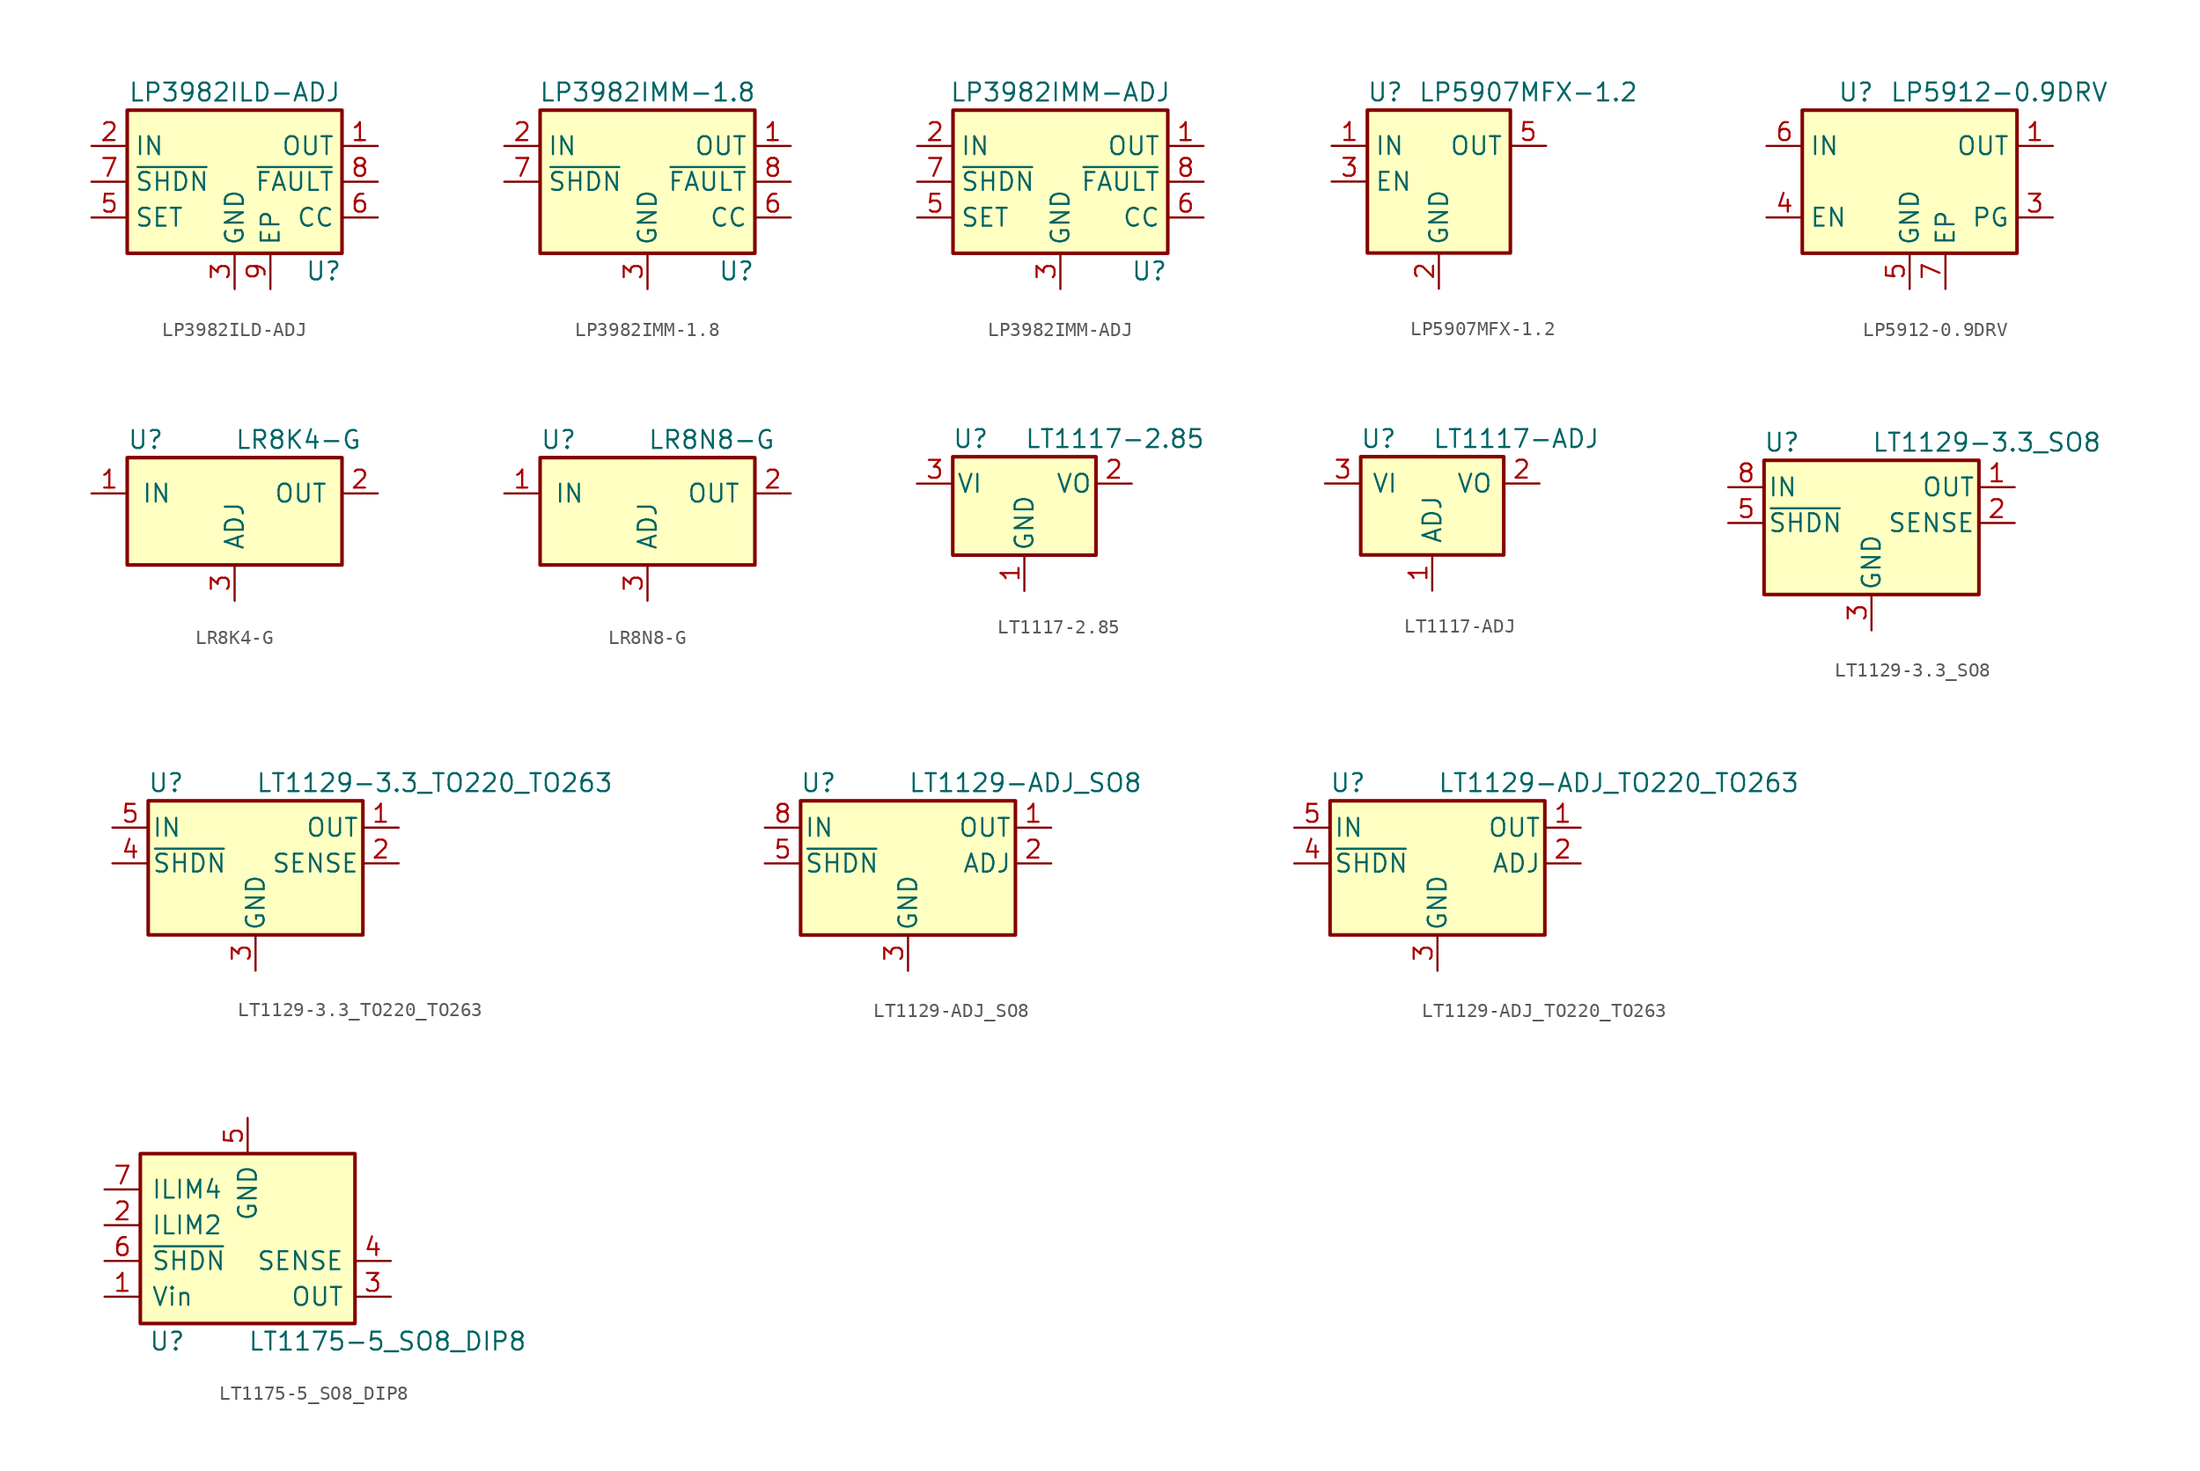
<source format=kicad_sym>
(kicad_symbol_lib
  (version 20220914)
  (generator kicad_symbol_editor)
  (symbol "LP3982ILD-ADJ"
    (property "Reference" "U"
      (at 7.62 -6.35 0)
      (effects (font (size 1.27 1.27)) (justify right)))
    (property "Value" "LP3982ILD-ADJ"
      (at 0 6.35 0)
      (effects (font (size 1.27 1.27))))
    (symbol "LP3982ILD-ADJ_0_1"
      (rectangle (start -7.62 5.08) (end 7.62 -5.08) (stroke (width 0.254) (type solid)) (fill (type background))))
    (symbol "LP3982ILD-ADJ_1_1"
      (pin power_out line (at 10.16 2.54 180) (length 2.54) (name "OUT" (effects (font (size 1.27 1.27)))) (number "1" (effects (font (size 1.27 1.27)))))
      (pin power_in line (at -10.16 2.54 0) (length 2.54) (name "IN" (effects (font (size 1.27 1.27)))) (number "2" (effects (font (size 1.27 1.27)))))
      (pin power_in line (at 0 -7.62 90) (length 2.54) (name "GND" (effects (font (size 1.27 1.27)))) (number "3" (effects (font (size 1.27 1.27)))))
      (pin passive line (at 10.16 2.54 180) (length 2.54) hide (name "OUT" (effects (font (size 1.27 1.27)))) (number "4" (effects (font (size 1.27 1.27)))))
      (pin passive line (at -10.16 -2.54 0) (length 2.54) (name "SET" (effects (font (size 1.27 1.27)))) (number "5" (effects (font (size 1.27 1.27)))))
      (pin passive line (at 10.16 -2.54 180) (length 2.54) (name "CC" (effects (font (size 1.27 1.27)))) (number "6" (effects (font (size 1.27 1.27)))))
      (pin input line (at -10.16 0 0) (length 2.54) (name "~{SHDN}" (effects (font (size 1.27 1.27)))) (number "7" (effects (font (size 1.27 1.27)))))
      (pin open_collector line (at 10.16 0 180) (length 2.54) (name "~{FAULT}" (effects (font (size 1.27 1.27)))) (number "8" (effects (font (size 1.27 1.27)))))
      (pin passive line (at 2.54 -7.62 90) (length 2.54) (name "EP" (effects (font (size 1.27 1.27)))) (number "9" (effects (font (size 1.27 1.27)))))))
  (symbol "LP3982IMM-1.8"
    (property "Reference" "U"
      (at 7.62 -6.35 0)
      (effects (font (size 1.27 1.27)) (justify right)))
    (property "Value" "LP3982IMM-1.8"
      (at 0 6.35 0)
      (effects (font (size 1.27 1.27))))
    (symbol "LP3982IMM-1.8_0_1"
      (rectangle (start -7.62 5.08) (end 7.62 -5.08) (stroke (width 0.254) (type solid)) (fill (type background))))
    (symbol "LP3982IMM-1.8_1_1"
      (pin power_out line (at 10.16 2.54 180) (length 2.54) (name "OUT" (effects (font (size 1.27 1.27)))) (number "1" (effects (font (size 1.27 1.27)))))
      (pin power_in line (at -10.16 2.54 0) (length 2.54) (name "IN" (effects (font (size 1.27 1.27)))) (number "2" (effects (font (size 1.27 1.27)))))
      (pin power_in line (at 0 -7.62 90) (length 2.54) (name "GND" (effects (font (size 1.27 1.27)))) (number "3" (effects (font (size 1.27 1.27)))))
      (pin passive line (at 10.16 2.54 180) (length 2.54) hide (name "OUT" (effects (font (size 1.27 1.27)))) (number "4" (effects (font (size 1.27 1.27)))))
      (pin no_connect line (at -7.62 -2.54 0) (length 2.54) hide (name "NC" (effects (font (size 1.27 1.27)))) (number "5" (effects (font (size 1.27 1.27)))))
      (pin passive line (at 10.16 -2.54 180) (length 2.54) (name "CC" (effects (font (size 1.27 1.27)))) (number "6" (effects (font (size 1.27 1.27)))))
      (pin input line (at -10.16 0 0) (length 2.54) (name "~{SHDN}" (effects (font (size 1.27 1.27)))) (number "7" (effects (font (size 1.27 1.27)))))
      (pin open_collector line (at 10.16 0 180) (length 2.54) (name "~{FAULT}" (effects (font (size 1.27 1.27)))) (number "8" (effects (font (size 1.27 1.27)))))))
  (symbol "LP3982IMM-ADJ"
    (property "Reference" "U"
      (at 7.62 -6.35 0)
      (effects (font (size 1.27 1.27)) (justify right)))
    (property "Value" "LP3982IMM-ADJ"
      (at 0 6.35 0)
      (effects (font (size 1.27 1.27))))
    (symbol "LP3982IMM-ADJ_0_1"
      (rectangle (start -7.62 5.08) (end 7.62 -5.08) (stroke (width 0.254) (type solid)) (fill (type background))))
    (symbol "LP3982IMM-ADJ_1_1"
      (pin power_out line (at 10.16 2.54 180) (length 2.54) (name "OUT" (effects (font (size 1.27 1.27)))) (number "1" (effects (font (size 1.27 1.27)))))
      (pin power_in line (at -10.16 2.54 0) (length 2.54) (name "IN" (effects (font (size 1.27 1.27)))) (number "2" (effects (font (size 1.27 1.27)))))
      (pin power_in line (at 0 -7.62 90) (length 2.54) (name "GND" (effects (font (size 1.27 1.27)))) (number "3" (effects (font (size 1.27 1.27)))))
      (pin passive line (at 10.16 2.54 180) (length 2.54) hide (name "OUT" (effects (font (size 1.27 1.27)))) (number "4" (effects (font (size 1.27 1.27)))))
      (pin passive line (at -10.16 -2.54 0) (length 2.54) (name "SET" (effects (font (size 1.27 1.27)))) (number "5" (effects (font (size 1.27 1.27)))))
      (pin passive line (at 10.16 -2.54 180) (length 2.54) (name "CC" (effects (font (size 1.27 1.27)))) (number "6" (effects (font (size 1.27 1.27)))))
      (pin input line (at -10.16 0 0) (length 2.54) (name "~{SHDN}" (effects (font (size 1.27 1.27)))) (number "7" (effects (font (size 1.27 1.27)))))
      (pin open_collector line (at 10.16 0 180) (length 2.54) (name "~{FAULT}" (effects (font (size 1.27 1.27)))) (number "8" (effects (font (size 1.27 1.27)))))))
  (symbol "LP5907MFX-1.2"
    (property "Reference" "U"
      (at -3.81 6.35 0)
      (effects (font (size 1.27 1.27))))
    (property "Value" "LP5907MFX-1.2"
      (at 6.35 6.35 0)
      (effects (font (size 1.27 1.27))))
    (symbol "LP5907MFX-1.2_0_1"
      (rectangle (start -5.08 -5.08) (end 5.08 5.08) (stroke (width 0.254) (type solid)) (fill (type background)))
      (pin power_in line (at -7.62 2.54 0) (length 2.54) (name "IN" (effects (font (size 1.27 1.27)))) (number "1" (effects (font (size 1.27 1.27)))))
      (pin power_in line (at 0 -7.62 90) (length 2.54) (name "GND" (effects (font (size 1.27 1.27)))) (number "2" (effects (font (size 1.27 1.27)))))
      (pin input line (at -7.62 0 0) (length 2.54) (name "EN" (effects (font (size 1.27 1.27)))) (number "3" (effects (font (size 1.27 1.27)))))
      (pin no_connect line (at 5.08 0 180) (length 2.54) hide (name "NC" (effects (font (size 1.27 1.27)))) (number "4" (effects (font (size 1.27 1.27)))))
      (pin power_out line (at 7.62 2.54 180) (length 2.54) (name "OUT" (effects (font (size 1.27 1.27)))) (number "5" (effects (font (size 1.27 1.27)))))))
  (symbol "LP5912-0.9DRV"
    (property "Reference" "U"
      (at -3.81 6.35 0)
      (effects (font (size 1.27 1.27))))
    (property "Value" "LP5912-0.9DRV"
      (at 6.35 6.35 0)
      (effects (font (size 1.27 1.27))))
    (symbol "LP5912-0.9DRV_0_1"
      (rectangle (start -7.62 -5.08) (end 7.62 5.08) (stroke (width 0.254) (type solid)) (fill (type background)))
      (pin power_out line (at 10.16 2.54 180) (length 2.54) (name "OUT" (effects (font (size 1.27 1.27)))) (number "1" (effects (font (size 1.27 1.27)))))
      (pin no_connect line (at 7.62 0 180) (length 2.54) hide (name "NC" (effects (font (size 1.27 1.27)))) (number "2" (effects (font (size 1.27 1.27)))))
      (pin input line (at -10.16 -2.54 0) (length 2.54) (name "EN" (effects (font (size 1.27 1.27)))) (number "4" (effects (font (size 1.27 1.27)))))
      (pin power_in line (at 0 -7.62 90) (length 2.54) (name "GND" (effects (font (size 1.27 1.27)))) (number "5" (effects (font (size 1.27 1.27)))))
      (pin power_in line (at -10.16 2.54 0) (length 2.54) (name "IN" (effects (font (size 1.27 1.27)))) (number "6" (effects (font (size 1.27 1.27))))))
    (symbol "LP5912-0.9DRV_1_1"
      (pin open_collector line (at 10.16 -2.54 180) (length 2.54) (name "PG" (effects (font (size 1.27 1.27)))) (number "3" (effects (font (size 1.27 1.27)))))
      (pin passive line (at 2.54 -7.62 90) (length 2.54) (name "EP" (effects (font (size 1.27 1.27)))) (number "7" (effects (font (size 1.27 1.27)))))))
  (symbol "LR8K4-G"
    (pin_names
      (offset 1.016))
    (property "Reference" "U"
      (at -7.62 3.81 0)
      (effects (font (size 1.27 1.27)) (justify left)))
    (property "Value" "LR8K4-G"
      (at 0 3.81 0)
      (effects (font (size 1.27 1.27)) (justify left)))
    (symbol "LR8K4-G_0_1"
      (rectangle (start -7.62 2.54) (end 7.62 -5.08) (stroke (width 0.254) (type solid)) (fill (type background))))
    (symbol "LR8K4-G_1_1"
      (pin input line (at -10.16 0 0) (length 2.54) (name "IN" (effects (font (size 1.27 1.27)))) (number "1" (effects (font (size 1.27 1.27)))))
      (pin power_out line (at 10.16 0 180) (length 2.54) (name "OUT" (effects (font (size 1.27 1.27)))) (number "2" (effects (font (size 1.27 1.27)))))
      (pin input line (at 0 -7.62 90) (length 2.54) (name "ADJ" (effects (font (size 1.27 1.27)))) (number "3" (effects (font (size 1.27 1.27)))))))
  (symbol "LR8N8-G"
    (pin_names
      (offset 1.016))
    (property "Reference" "U"
      (at -7.62 3.81 0)
      (effects (font (size 1.27 1.27)) (justify left)))
    (property "Value" "LR8N8-G"
      (at 0 3.81 0)
      (effects (font (size 1.27 1.27)) (justify left)))
    (symbol "LR8N8-G_0_1"
      (rectangle (start -7.62 2.54) (end 7.62 -5.08) (stroke (width 0.254) (type solid)) (fill (type background))))
    (symbol "LR8N8-G_1_1"
      (pin input line (at -10.16 0 0) (length 2.54) (name "IN" (effects (font (size 1.27 1.27)))) (number "1" (effects (font (size 1.27 1.27)))))
      (pin power_out line (at 10.16 0 180) (length 2.54) (name "OUT" (effects (font (size 1.27 1.27)))) (number "2" (effects (font (size 1.27 1.27)))))
      (pin input line (at 0 -7.62 90) (length 2.54) (name "ADJ" (effects (font (size 1.27 1.27)))) (number "3" (effects (font (size 1.27 1.27)))))))
  (symbol "LT1117-2.85"
    (pin_names
      (offset 0.254))
    (property "Reference" "U"
      (at -3.81 3.175 0)
      (effects (font (size 1.27 1.27))))
    (property "Value" "LT1117-2.85"
      (at 0 3.175 0)
      (effects (font (size 1.27 1.27)) (justify left)))
    (symbol "LT1117-2.85_0_1"
      (rectangle (start -5.08 -5.08) (end 5.08 1.905) (stroke (width 0.254) (type solid)) (fill (type background))))
    (symbol "LT1117-2.85_1_1"
      (pin power_in line (at 0 -7.62 90) (length 2.54) (name "GND" (effects (font (size 1.27 1.27)))) (number "1" (effects (font (size 1.27 1.27)))))
      (pin power_out line (at 7.62 0 180) (length 2.54) (name "VO" (effects (font (size 1.27 1.27)))) (number "2" (effects (font (size 1.27 1.27)))))
      (pin power_in line (at -7.62 0 0) (length 2.54) (name "VI" (effects (font (size 1.27 1.27)))) (number "3" (effects (font (size 1.27 1.27)))))))
  (symbol "LT1117-ADJ"
    (pin_names
      (offset 0.762))
    (property "Reference" "U"
      (at -3.81 3.175 0)
      (effects (font (size 1.27 1.27))))
    (property "Value" "LT1117-ADJ"
      (at 0 3.175 0)
      (effects (font (size 1.27 1.27)) (justify left)))
    (symbol "LT1117-ADJ_0_1"
      (rectangle (start -5.08 -5.08) (end 5.08 1.905) (stroke (width 0.254) (type solid)) (fill (type background))))
    (symbol "LT1117-ADJ_1_1"
      (pin input line (at 0 -7.62 90) (length 2.54) (name "ADJ" (effects (font (size 1.27 1.27)))) (number "1" (effects (font (size 1.27 1.27)))))
      (pin power_out line (at 7.62 0 180) (length 2.54) (name "VO" (effects (font (size 1.27 1.27)))) (number "2" (effects (font (size 1.27 1.27)))))
      (pin power_in line (at -7.62 0 0) (length 2.54) (name "VI" (effects (font (size 1.27 1.27)))) (number "3" (effects (font (size 1.27 1.27)))))))
  (symbol "LT1129-3.3_SO8"
    (pin_names
      (offset 0.254))
    (property "Reference" "U"
      (at -6.35 5.715 0)
      (effects (font (size 1.27 1.27))))
    (property "Value" "LT1129-3.3_SO8"
      (at 0 5.715 0)
      (effects (font (size 1.27 1.27)) (justify left)))
    (symbol "LT1129-3.3_SO8_0_1"
      (rectangle (start -7.62 -5.08) (end 7.62 4.445) (stroke (width 0.254) (type solid)) (fill (type background))))
    (symbol "LT1129-3.3_SO8_1_1"
      (pin power_out line (at 10.16 2.54 180) (length 2.54) (name "OUT" (effects (font (size 1.27 1.27)))) (number "1" (effects (font (size 1.27 1.27)))))
      (pin input line (at 10.16 0 180) (length 2.54) (name "SENSE" (effects (font (size 1.27 1.27)))) (number "2" (effects (font (size 1.27 1.27)))))
      (pin power_in line (at 0 -7.62 90) (length 2.54) (name "GND" (effects (font (size 1.27 1.27)))) (number "3" (effects (font (size 1.27 1.27)))))
      (pin no_connect line (at 10.16 -2.54 180) (length 2.54) hide (name "NC" (effects (font (size 1.27 1.27)))) (number "4" (effects (font (size 1.27 1.27)))))
      (pin input line (at -10.16 0 0) (length 2.54) (name "~{SHDN}" (effects (font (size 1.27 1.27)))) (number "5" (effects (font (size 1.27 1.27)))))
      (pin passive line (at 0 -7.62 90) (length 2.54) hide (name "GND" (effects (font (size 1.27 1.27)))) (number "6" (effects (font (size 1.27 1.27)))))
      (pin passive line (at 0 -7.62 90) (length 2.54) hide (name "GND" (effects (font (size 1.27 1.27)))) (number "7" (effects (font (size 1.27 1.27)))))
      (pin power_in line (at -10.16 2.54 0) (length 2.54) (name "IN" (effects (font (size 1.27 1.27)))) (number "8" (effects (font (size 1.27 1.27)))))))
  (symbol "LT1129-3.3_TO220_TO263"
    (pin_names
      (offset 0.254))
    (property "Reference" "U"
      (at -6.35 5.715 0)
      (effects (font (size 1.27 1.27))))
    (property "Value" "LT1129-3.3_TO220_TO263"
      (at 0 5.715 0)
      (effects (font (size 1.27 1.27)) (justify left)))
    (symbol "LT1129-3.3_TO220_TO263_0_1"
      (rectangle (start -7.62 -5.08) (end 7.62 4.445) (stroke (width 0.254) (type solid)) (fill (type background))))
    (symbol "LT1129-3.3_TO220_TO263_1_1"
      (pin power_out line (at 10.16 2.54 180) (length 2.54) (name "OUT" (effects (font (size 1.27 1.27)))) (number "1" (effects (font (size 1.27 1.27)))))
      (pin input line (at 10.16 0 180) (length 2.54) (name "SENSE" (effects (font (size 1.27 1.27)))) (number "2" (effects (font (size 1.27 1.27)))))
      (pin power_in line (at 0 -7.62 90) (length 2.54) (name "GND" (effects (font (size 1.27 1.27)))) (number "3" (effects (font (size 1.27 1.27)))))
      (pin input line (at -10.16 0 0) (length 2.54) (name "~{SHDN}" (effects (font (size 1.27 1.27)))) (number "4" (effects (font (size 1.27 1.27)))))
      (pin power_in line (at -10.16 2.54 0) (length 2.54) (name "IN" (effects (font (size 1.27 1.27)))) (number "5" (effects (font (size 1.27 1.27)))))))
  (symbol "LT1129-ADJ_SO8"
    (pin_names
      (offset 0.254))
    (property "Reference" "U"
      (at -6.35 5.715 0)
      (effects (font (size 1.27 1.27))))
    (property "Value" "LT1129-ADJ_SO8"
      (at 0 5.715 0)
      (effects (font (size 1.27 1.27)) (justify left)))
    (symbol "LT1129-ADJ_SO8_0_1"
      (rectangle (start -7.62 -5.08) (end 7.62 4.445) (stroke (width 0.254) (type solid)) (fill (type background))))
    (symbol "LT1129-ADJ_SO8_1_1"
      (pin power_out line (at 10.16 2.54 180) (length 2.54) (name "OUT" (effects (font (size 1.27 1.27)))) (number "1" (effects (font (size 1.27 1.27)))))
      (pin input line (at 10.16 0 180) (length 2.54) (name "ADJ" (effects (font (size 1.27 1.27)))) (number "2" (effects (font (size 1.27 1.27)))))
      (pin power_in line (at 0 -7.62 90) (length 2.54) (name "GND" (effects (font (size 1.27 1.27)))) (number "3" (effects (font (size 1.27 1.27)))))
      (pin no_connect line (at 10.16 -2.54 180) (length 2.54) hide (name "NC" (effects (font (size 1.27 1.27)))) (number "4" (effects (font (size 1.27 1.27)))))
      (pin input line (at -10.16 0 0) (length 2.54) (name "~{SHDN}" (effects (font (size 1.27 1.27)))) (number "5" (effects (font (size 1.27 1.27)))))
      (pin passive line (at 0 -7.62 90) (length 2.54) hide (name "GND" (effects (font (size 1.27 1.27)))) (number "6" (effects (font (size 1.27 1.27)))))
      (pin passive line (at 0 -7.62 90) (length 2.54) hide (name "GND" (effects (font (size 1.27 1.27)))) (number "7" (effects (font (size 1.27 1.27)))))
      (pin power_in line (at -10.16 2.54 0) (length 2.54) (name "IN" (effects (font (size 1.27 1.27)))) (number "8" (effects (font (size 1.27 1.27)))))))
  (symbol "LT1129-ADJ_TO220_TO263"
    (pin_names
      (offset 0.254))
    (property "Reference" "U"
      (at -6.35 5.715 0)
      (effects (font (size 1.27 1.27))))
    (property "Value" "LT1129-ADJ_TO220_TO263"
      (at 0 5.715 0)
      (effects (font (size 1.27 1.27)) (justify left)))
    (symbol "LT1129-ADJ_TO220_TO263_0_1"
      (rectangle (start -7.62 -5.08) (end 7.62 4.445) (stroke (width 0.254) (type solid)) (fill (type background))))
    (symbol "LT1129-ADJ_TO220_TO263_1_1"
      (pin power_out line (at 10.16 2.54 180) (length 2.54) (name "OUT" (effects (font (size 1.27 1.27)))) (number "1" (effects (font (size 1.27 1.27)))))
      (pin input line (at 10.16 0 180) (length 2.54) (name "ADJ" (effects (font (size 1.27 1.27)))) (number "2" (effects (font (size 1.27 1.27)))))
      (pin power_in line (at 0 -7.62 90) (length 2.54) (name "GND" (effects (font (size 1.27 1.27)))) (number "3" (effects (font (size 1.27 1.27)))))
      (pin input line (at -10.16 0 0) (length 2.54) (name "~{SHDN}" (effects (font (size 1.27 1.27)))) (number "4" (effects (font (size 1.27 1.27)))))
      (pin power_in line (at -10.16 2.54 0) (length 2.54) (name "IN" (effects (font (size 1.27 1.27)))) (number "5" (effects (font (size 1.27 1.27)))))))
  (symbol "LT1175-5_SO8_DIP8"
    (pin_names
      (offset 0.762))
    (property "Reference" "U"
      (at -5.715 -8.255 0)
      (effects (font (size 1.27 1.27))))
    (property "Value" "LT1175-5_SO8_DIP8"
      (at 0 -8.255 0)
      (effects (font (size 1.27 1.27)) (justify left)))
    (symbol "LT1175-5_SO8_DIP8_0_1"
      (rectangle (start -7.62 -6.985) (end 7.62 5.08) (stroke (width 0.254) (type solid)) (fill (type background))))
    (symbol "LT1175-5_SO8_DIP8_1_1"
      (pin power_in line (at -10.16 -5.08 0) (length 2.54) (name "Vin" (effects (font (size 1.27 1.27)))) (number "1" (effects (font (size 1.27 1.27)))))
      (pin input line (at -10.16 0 0) (length 2.54) (name "ILIM2" (effects (font (size 1.27 1.27)))) (number "2" (effects (font (size 1.27 1.27)))))
      (pin power_out line (at 10.16 -5.08 180) (length 2.54) (name "OUT" (effects (font (size 1.27 1.27)))) (number "3" (effects (font (size 1.27 1.27)))))
      (pin input line (at 10.16 -2.54 180) (length 2.54) (name "SENSE" (effects (font (size 1.27 1.27)))) (number "4" (effects (font (size 1.27 1.27)))))
      (pin power_in line (at 0 7.62 270) (length 2.54) (name "GND" (effects (font (size 1.27 1.27)))) (number "5" (effects (font (size 1.27 1.27)))))
      (pin input line (at -10.16 -2.54 0) (length 2.54) (name "~{SHDN}" (effects (font (size 1.27 1.27)))) (number "6" (effects (font (size 1.27 1.27)))))
      (pin input line (at -10.16 2.54 0) (length 2.54) (name "ILIM4" (effects (font (size 1.27 1.27)))) (number "7" (effects (font (size 1.27 1.27)))))
      (pin passive line (at -10.16 -5.08 0) (length 2.54) hide (name "Vin" (effects (font (size 1.27 1.27)))) (number "8" (effects (font (size 1.27 1.27))))))))
</source>
